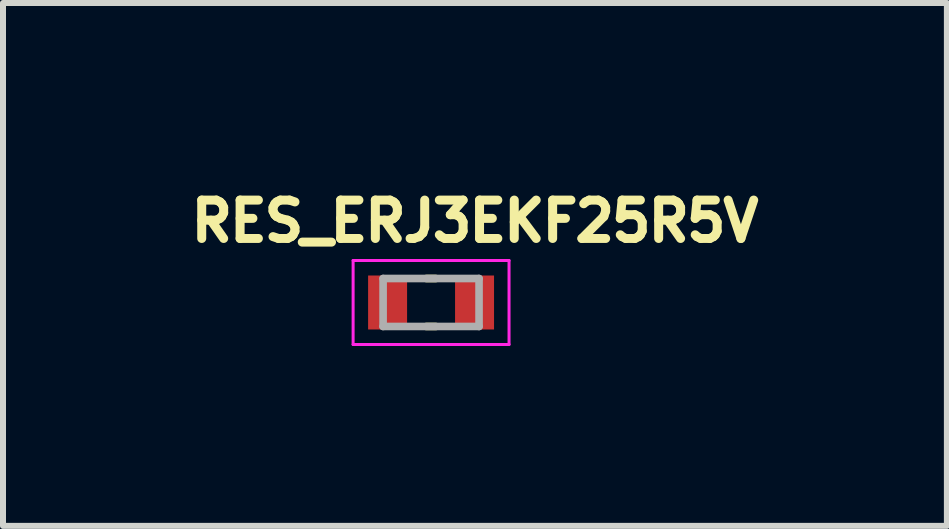
<source format=kicad_pcb>
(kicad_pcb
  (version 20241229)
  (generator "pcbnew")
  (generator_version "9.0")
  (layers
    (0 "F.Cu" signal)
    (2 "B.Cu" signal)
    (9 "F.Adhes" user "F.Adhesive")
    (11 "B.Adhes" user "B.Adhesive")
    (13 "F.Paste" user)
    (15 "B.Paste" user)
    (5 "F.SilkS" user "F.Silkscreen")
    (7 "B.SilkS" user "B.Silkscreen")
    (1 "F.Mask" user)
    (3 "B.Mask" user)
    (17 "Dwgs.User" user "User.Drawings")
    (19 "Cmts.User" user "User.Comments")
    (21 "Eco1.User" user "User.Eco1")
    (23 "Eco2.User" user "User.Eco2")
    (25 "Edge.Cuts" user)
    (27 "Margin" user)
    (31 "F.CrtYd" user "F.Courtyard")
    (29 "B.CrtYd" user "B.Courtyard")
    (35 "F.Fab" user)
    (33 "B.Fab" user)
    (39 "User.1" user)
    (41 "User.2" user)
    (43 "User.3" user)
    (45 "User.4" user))
  (footprint "RES_ERJ3EKF25R5V"
    (layer "F.Cu")
    (at 4.138 1.994)
    (property "Reference" "RES_ERJ3EKF25R5V" (at 0.732 -1.356 0) (layer "F.SilkS") (effects (font (size 0.64 0.64) (thickness 0.15))))
    (attr smd)
    (fp_line (start -0.08 -0.4) (end 0.08 -0.4) (stroke (width 0.127) (type solid)) (layer "F.SilkS"))
    (fp_line (start -0.08 0.4) (end 0.08 0.4) (stroke (width 0.127) (type solid)) (layer "F.SilkS"))
    (fp_line (start -1.3 -0.7) (end -1.3 0.7) (stroke (width 0.05) (type solid)) (layer "F.CrtYd"))
    (fp_line (start -1.3 0.7) (end 1.3 0.7) (stroke (width 0.05) (type solid)) (layer "F.CrtYd"))
    (fp_line (start 1.3 -0.7) (end -1.3 -0.7) (stroke (width 0.05) (type solid)) (layer "F.CrtYd"))
    (fp_line (start 1.3 0.7) (end 1.3 -0.7) (stroke (width 0.05) (type solid)) (layer "F.CrtYd"))
    (fp_line (start -0.8 -0.4) (end -0.8 0.4) (stroke (width 0.127) (type solid)) (layer "F.Fab"))
    (fp_line (start -0.8 -0.4) (end 0.8 -0.4) (stroke (width 0.127) (type solid)) (layer "F.Fab"))
    (fp_line (start -0.8 0.4) (end 0.8 0.4) (stroke (width 0.127) (type solid)) (layer "F.Fab"))
    (fp_line (start 0.8 -0.4) (end 0.8 0.4) (stroke (width 0.127) (type solid)) (layer "F.Fab"))
    (pad "1" smd rect (at -0.725 0) (size 0.65 0.9) (layers "F.Cu" "F.Mask" "F.Paste"))
    (pad "2" smd rect (at 0.725 0) (size 0.65 0.9) (layers "F.Cu" "F.Mask" "F.Paste")))
  (gr_rect
    (start -3 -3)
    (end 12.739 5.719)
    (stroke (width 0.1) (type default))
    (fill no)
    (layer "Edge.Cuts")))
</source>
